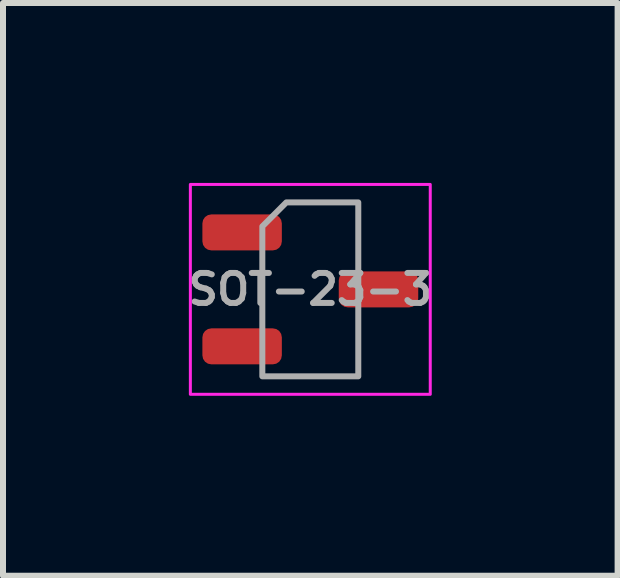
<source format=kicad_pcb>
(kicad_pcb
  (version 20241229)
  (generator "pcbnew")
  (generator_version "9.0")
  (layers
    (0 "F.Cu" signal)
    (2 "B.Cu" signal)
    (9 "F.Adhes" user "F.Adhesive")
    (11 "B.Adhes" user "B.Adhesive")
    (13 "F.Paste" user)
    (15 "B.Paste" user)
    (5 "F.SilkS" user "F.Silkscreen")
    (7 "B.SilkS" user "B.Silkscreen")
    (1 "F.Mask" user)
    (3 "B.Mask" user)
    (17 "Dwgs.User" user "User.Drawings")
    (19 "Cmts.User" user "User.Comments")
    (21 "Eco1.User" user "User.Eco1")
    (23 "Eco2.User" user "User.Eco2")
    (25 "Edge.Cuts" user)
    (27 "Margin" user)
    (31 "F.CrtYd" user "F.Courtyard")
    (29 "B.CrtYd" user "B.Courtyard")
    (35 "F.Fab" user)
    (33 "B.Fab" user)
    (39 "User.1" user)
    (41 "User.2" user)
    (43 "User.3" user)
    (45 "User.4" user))
  (footprint "SOT-23-3"
    (layer "F.Cu")
    (at 2.124 1.775)
    (property "Reference" "SOT-23-3" (at 0 0 0) (layer "F.Fab") (effects (font (size 0.5 0.5) (thickness 0.1))))
    (attr smd)
    (fp_rect (start -2 -1.75) (end 2 1.75) (stroke (width 0.05) (type default)) (fill no) (layer "F.CrtYd"))
    (fp_poly (pts (xy -0.8 -1.05) (xy -0.8 1.45) (xy 0.8 1.45) (xy 0.8 -1.45) (xy -0.4 -1.45)) (stroke (width 0.1) (type solid)) (fill no) (layer "F.Fab"))
    (pad "1" smd roundrect (at -1.137 -0.95) (size 1.325 0.6) (layers "F.Cu" "F.Mask" "F.Paste") (roundrect_rratio 0.25))
    (pad "2" smd roundrect (at -1.137 0.95) (size 1.325 0.6) (layers "F.Cu" "F.Mask" "F.Paste") (roundrect_rratio 0.25))
    (pad "3" smd roundrect (at 1.137 0) (size 1.325 0.6) (layers "F.Cu" "F.Mask" "F.Paste") (roundrect_rratio 0.25)))
  (gr_rect
    (start -3 -3)
    (end 7.248 6.55)
    (stroke (width 0.1) (type default))
    (fill no)
    (layer "Edge.Cuts")))
</source>
